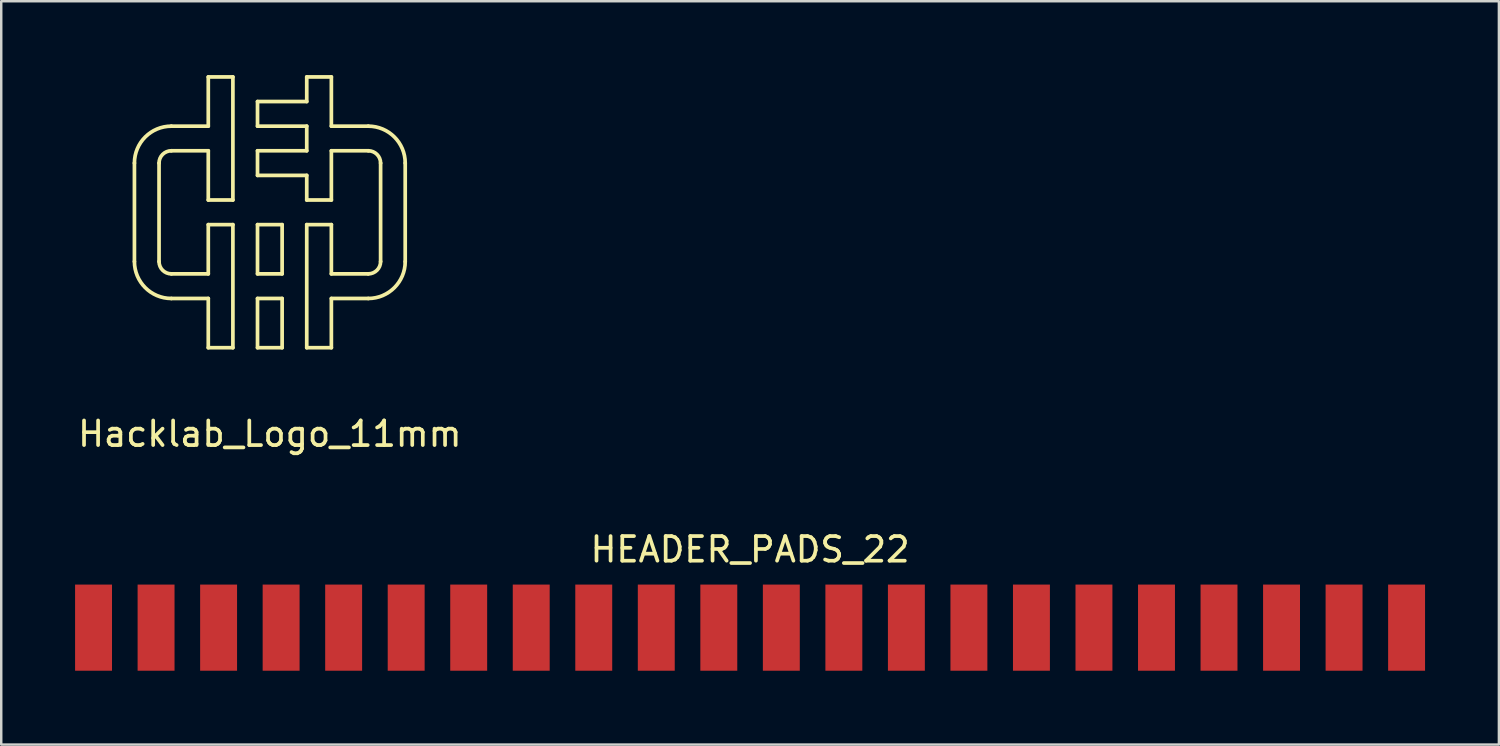
<source format=kicad_pcb>
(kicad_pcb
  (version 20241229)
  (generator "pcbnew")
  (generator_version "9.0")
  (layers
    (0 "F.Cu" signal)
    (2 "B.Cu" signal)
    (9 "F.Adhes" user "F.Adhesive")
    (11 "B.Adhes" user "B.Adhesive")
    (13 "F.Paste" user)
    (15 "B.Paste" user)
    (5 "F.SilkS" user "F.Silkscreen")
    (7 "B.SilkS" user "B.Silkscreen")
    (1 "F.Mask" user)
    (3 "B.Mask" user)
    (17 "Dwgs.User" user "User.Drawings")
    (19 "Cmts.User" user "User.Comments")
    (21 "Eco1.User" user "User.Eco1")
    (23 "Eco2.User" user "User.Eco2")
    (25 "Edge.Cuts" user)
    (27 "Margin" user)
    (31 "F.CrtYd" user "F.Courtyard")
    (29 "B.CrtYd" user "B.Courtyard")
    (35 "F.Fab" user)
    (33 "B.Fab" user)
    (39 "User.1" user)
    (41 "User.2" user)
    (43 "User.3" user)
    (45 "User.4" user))
  (footprint "Hacklab_Logo_11mm"
    (layer "F.Cu")
    (at 7.911 5.575)
    (property "Reference" "Hacklab_Logo_11mm" (at 0 9 0) (layer "F.SilkS") (effects (font (size 1 1) (thickness 0.15))))
    (attr through_hole)
    (fp_line (start -5.5 -2) (end -5.5 2) (stroke (width 0.15) (type solid)) (layer "F.SilkS"))
    (fp_line (start -4.5 -2) (end -4.5 2) (stroke (width 0.15) (type solid)) (layer "F.SilkS"))
    (fp_line (start -2.5 -5.5) (end -2.5 -3.5) (stroke (width 0.15) (type solid)) (layer "F.SilkS"))
    (fp_line (start -2.5 -3.5) (end -4 -3.5) (stroke (width 0.15) (type solid)) (layer "F.SilkS"))
    (fp_line (start -2.5 -2.5) (end -4 -2.5) (stroke (width 0.15) (type solid)) (layer "F.SilkS"))
    (fp_line (start -2.5 -0.5) (end -2.5 -2.5) (stroke (width 0.15) (type solid)) (layer "F.SilkS"))
    (fp_line (start -2.5 -0.5) (end -1.5 -0.5) (stroke (width 0.15) (type solid)) (layer "F.SilkS"))
    (fp_line (start -2.5 0.5) (end -2.5 2.5) (stroke (width 0.15) (type solid)) (layer "F.SilkS"))
    (fp_line (start -2.5 2.5) (end -4 2.5) (stroke (width 0.15) (type solid)) (layer "F.SilkS"))
    (fp_line (start -2.5 3.5) (end -4 3.5) (stroke (width 0.15) (type solid)) (layer "F.SilkS"))
    (fp_line (start -2.5 5.5) (end -2.5 3.5) (stroke (width 0.15) (type solid)) (layer "F.SilkS"))
    (fp_line (start -1.5 -5.5) (end -2.5 -5.5) (stroke (width 0.15) (type solid)) (layer "F.SilkS"))
    (fp_line (start -1.5 -0.5) (end -1.5 -5.5) (stroke (width 0.15) (type solid)) (layer "F.SilkS"))
    (fp_line (start -1.5 0.5) (end -2.5 0.5) (stroke (width 0.15) (type solid)) (layer "F.SilkS"))
    (fp_line (start -1.5 0.5) (end -1.5 5.5) (stroke (width 0.15) (type solid)) (layer "F.SilkS"))
    (fp_line (start -1.5 5.5) (end -2.5 5.5) (stroke (width 0.15) (type solid)) (layer "F.SilkS"))
    (fp_line (start -0.5 -4.5) (end -0.5 -3.5) (stroke (width 0.15) (type solid)) (layer "F.SilkS"))
    (fp_line (start -0.5 -3.5) (end 1.5 -3.5) (stroke (width 0.15) (type solid)) (layer "F.SilkS"))
    (fp_line (start -0.5 -2.5) (end -0.5 -1.5) (stroke (width 0.15) (type solid)) (layer "F.SilkS"))
    (fp_line (start -0.5 -1.5) (end 1.5 -1.5) (stroke (width 0.15) (type solid)) (layer "F.SilkS"))
    (fp_line (start -0.5 0.5) (end 0.5 0.5) (stroke (width 0.15) (type solid)) (layer "F.SilkS"))
    (fp_line (start -0.5 2.5) (end -0.5 0.5) (stroke (width 0.15) (type solid)) (layer "F.SilkS"))
    (fp_line (start -0.5 3.5) (end 0.5 3.5) (stroke (width 0.15) (type solid)) (layer "F.SilkS"))
    (fp_line (start -0.5 5.5) (end -0.5 3.5) (stroke (width 0.15) (type solid)) (layer "F.SilkS"))
    (fp_line (start 0.5 0.5) (end 0.5 2.5) (stroke (width 0.15) (type solid)) (layer "F.SilkS"))
    (fp_line (start 0.5 2.5) (end -0.5 2.5) (stroke (width 0.15) (type solid)) (layer "F.SilkS"))
    (fp_line (start 0.5 3.5) (end 0.5 5.5) (stroke (width 0.15) (type solid)) (layer "F.SilkS"))
    (fp_line (start 0.5 5.5) (end -0.5 5.5) (stroke (width 0.15) (type solid)) (layer "F.SilkS"))
    (fp_line (start 1.5 -5.5) (end 1.5 -4.5) (stroke (width 0.15) (type solid)) (layer "F.SilkS"))
    (fp_line (start 1.5 -5.5) (end 2.5 -5.5) (stroke (width 0.15) (type solid)) (layer "F.SilkS"))
    (fp_line (start 1.5 -4.5) (end -0.5 -4.5) (stroke (width 0.15) (type solid)) (layer "F.SilkS"))
    (fp_line (start 1.5 -3.5) (end 1.5 -2.5) (stroke (width 0.15) (type solid)) (layer "F.SilkS"))
    (fp_line (start 1.5 -2.5) (end -0.5 -2.5) (stroke (width 0.15) (type solid)) (layer "F.SilkS"))
    (fp_line (start 1.5 -1.5) (end 1.5 -0.5) (stroke (width 0.15) (type solid)) (layer "F.SilkS"))
    (fp_line (start 1.5 -0.5) (end 2.5 -0.5) (stroke (width 0.15) (type solid)) (layer "F.SilkS"))
    (fp_line (start 1.5 0.5) (end 1.5 5.5) (stroke (width 0.15) (type solid)) (layer "F.SilkS"))
    (fp_line (start 1.5 0.5) (end 2.5 0.5) (stroke (width 0.15) (type solid)) (layer "F.SilkS"))
    (fp_line (start 1.5 5.5) (end 2.5 5.5) (stroke (width 0.15) (type solid)) (layer "F.SilkS"))
    (fp_line (start 2.5 -5.5) (end 2.5 -3.5) (stroke (width 0.15) (type solid)) (layer "F.SilkS"))
    (fp_line (start 2.5 -3.5) (end 4 -3.5) (stroke (width 0.15) (type solid)) (layer "F.SilkS"))
    (fp_line (start 2.5 -2.5) (end 4 -2.5) (stroke (width 0.15) (type solid)) (layer "F.SilkS"))
    (fp_line (start 2.5 -0.5) (end 2.5 -2.5) (stroke (width 0.15) (type solid)) (layer "F.SilkS"))
    (fp_line (start 2.5 0.5) (end 2.5 2.5) (stroke (width 0.15) (type solid)) (layer "F.SilkS"))
    (fp_line (start 2.5 2.5) (end 4 2.5) (stroke (width 0.15) (type solid)) (layer "F.SilkS"))
    (fp_line (start 2.5 3.5) (end 4 3.5) (stroke (width 0.15) (type solid)) (layer "F.SilkS"))
    (fp_line (start 2.5 5.5) (end 2.5 3.5) (stroke (width 0.15) (type solid)) (layer "F.SilkS"))
    (fp_line (start 4.5 -2) (end 4.5 2) (stroke (width 0.15) (type solid)) (layer "F.SilkS"))
    (fp_line (start 5.5 -2) (end 5.5 2) (stroke (width 0.15) (type solid)) (layer "F.SilkS"))
    (fp_arc (start -5.5 -2) (mid -5.06066 -3.06066) (end -4 -3.5) (stroke (width 0.15) (type solid)) (layer "F.SilkS"))
    (fp_arc (start -4.5 -2) (mid -4.353553 -2.353553) (end -4 -2.5) (stroke (width 0.15) (type solid)) (layer "F.SilkS"))
    (fp_arc (start -4 2.5) (mid -4.353553 2.353553) (end -4.5 2) (stroke (width 0.15) (type solid)) (layer "F.SilkS"))
    (fp_arc (start -4 3.5) (mid -5.06066 3.06066) (end -5.5 2) (stroke (width 0.15) (type solid)) (layer "F.SilkS"))
    (fp_arc (start 4 -3.5) (mid 5.06066 -3.06066) (end 5.5 -2) (stroke (width 0.15) (type solid)) (layer "F.SilkS"))
    (fp_arc (start 4 -2.5) (mid 4.353553 -2.353553) (end 4.5 -2) (stroke (width 0.15) (type solid)) (layer "F.SilkS"))
    (fp_arc (start 4.5 2) (mid 4.353553 2.353553) (end 4 2.5) (stroke (width 0.15) (type solid)) (layer "F.SilkS"))
    (fp_arc (start 5.5 2) (mid 5.06066 3.06066) (end 4 3.5) (stroke (width 0.15) (type solid)) (layer "F.SilkS")))
  (footprint "HEADER_PADS_22"
    (layer "F.Cu")
    (at 27.42 22.447)
    (property "Reference" "HEADER_PADS_22" (at 0 -3.175 0) (layer "F.SilkS") (effects (font (size 1 1) (thickness 0.15))))
    (attr through_hole)
    (pad "1" smd rect (at -26.67 0) (size 1.5 3.5) (layers "F.Cu" "F.Mask" "F.Paste"))
    (pad "2" smd rect (at -24.13 0) (size 1.5 3.5) (layers "F.Cu" "F.Mask" "F.Paste"))
    (pad "3" smd rect (at -21.59 0) (size 1.5 3.5) (layers "F.Cu" "F.Mask" "F.Paste"))
    (pad "4" smd rect (at -19.05 0) (size 1.5 3.5) (layers "F.Cu" "F.Mask" "F.Paste"))
    (pad "5" smd rect (at -16.51 0) (size 1.5 3.5) (layers "F.Cu" "F.Mask" "F.Paste"))
    (pad "6" smd rect (at -13.97 0) (size 1.5 3.5) (layers "F.Cu" "F.Mask" "F.Paste"))
    (pad "7" smd rect (at -11.43 0) (size 1.5 3.5) (layers "F.Cu" "F.Mask" "F.Paste"))
    (pad "8" smd rect (at -8.89 0) (size 1.5 3.5) (layers "F.Cu" "F.Mask" "F.Paste"))
    (pad "9" smd rect (at -6.35 0) (size 1.5 3.5) (layers "F.Cu" "F.Mask" "F.Paste"))
    (pad "10" smd rect (at -3.81 0) (size 1.5 3.5) (layers "F.Cu" "F.Mask" "F.Paste"))
    (pad "11" smd rect (at -1.27 0) (size 1.5 3.5) (layers "F.Cu" "F.Mask" "F.Paste"))
    (pad "12" smd rect (at 1.27 0) (size 1.5 3.5) (layers "F.Cu" "F.Mask" "F.Paste"))
    (pad "13" smd rect (at 3.81 0) (size 1.5 3.5) (layers "F.Cu" "F.Mask" "F.Paste"))
    (pad "14" smd rect (at 6.35 0) (size 1.5 3.5) (layers "F.Cu" "F.Mask" "F.Paste"))
    (pad "15" smd rect (at 8.89 0) (size 1.5 3.5) (layers "F.Cu" "F.Mask" "F.Paste"))
    (pad "16" smd rect (at 11.43 0) (size 1.5 3.5) (layers "F.Cu" "F.Mask" "F.Paste"))
    (pad "17" smd rect (at 13.97 0) (size 1.5 3.5) (layers "F.Cu" "F.Mask" "F.Paste"))
    (pad "18" smd rect (at 16.51 0) (size 1.5 3.5) (layers "F.Cu" "F.Mask" "F.Paste"))
    (pad "19" smd rect (at 19.05 0) (size 1.5 3.5) (layers "F.Cu" "F.Mask" "F.Paste"))
    (pad "20" smd rect (at 21.59 0) (size 1.5 3.5) (layers "F.Cu" "F.Mask" "F.Paste"))
    (pad "21" smd rect (at 24.13 0) (size 1.5 3.5) (layers "F.Cu" "F.Mask" "F.Paste"))
    (pad "22" smd rect (at 26.67 0) (size 1.5 3.5) (layers "F.Cu" "F.Mask" "F.Paste")))
  (gr_rect
    (start -3 -3)
    (end 57.84 27.197)
    (stroke (width 0.1) (type default))
    (fill no)
    (layer "Edge.Cuts")))
</source>
